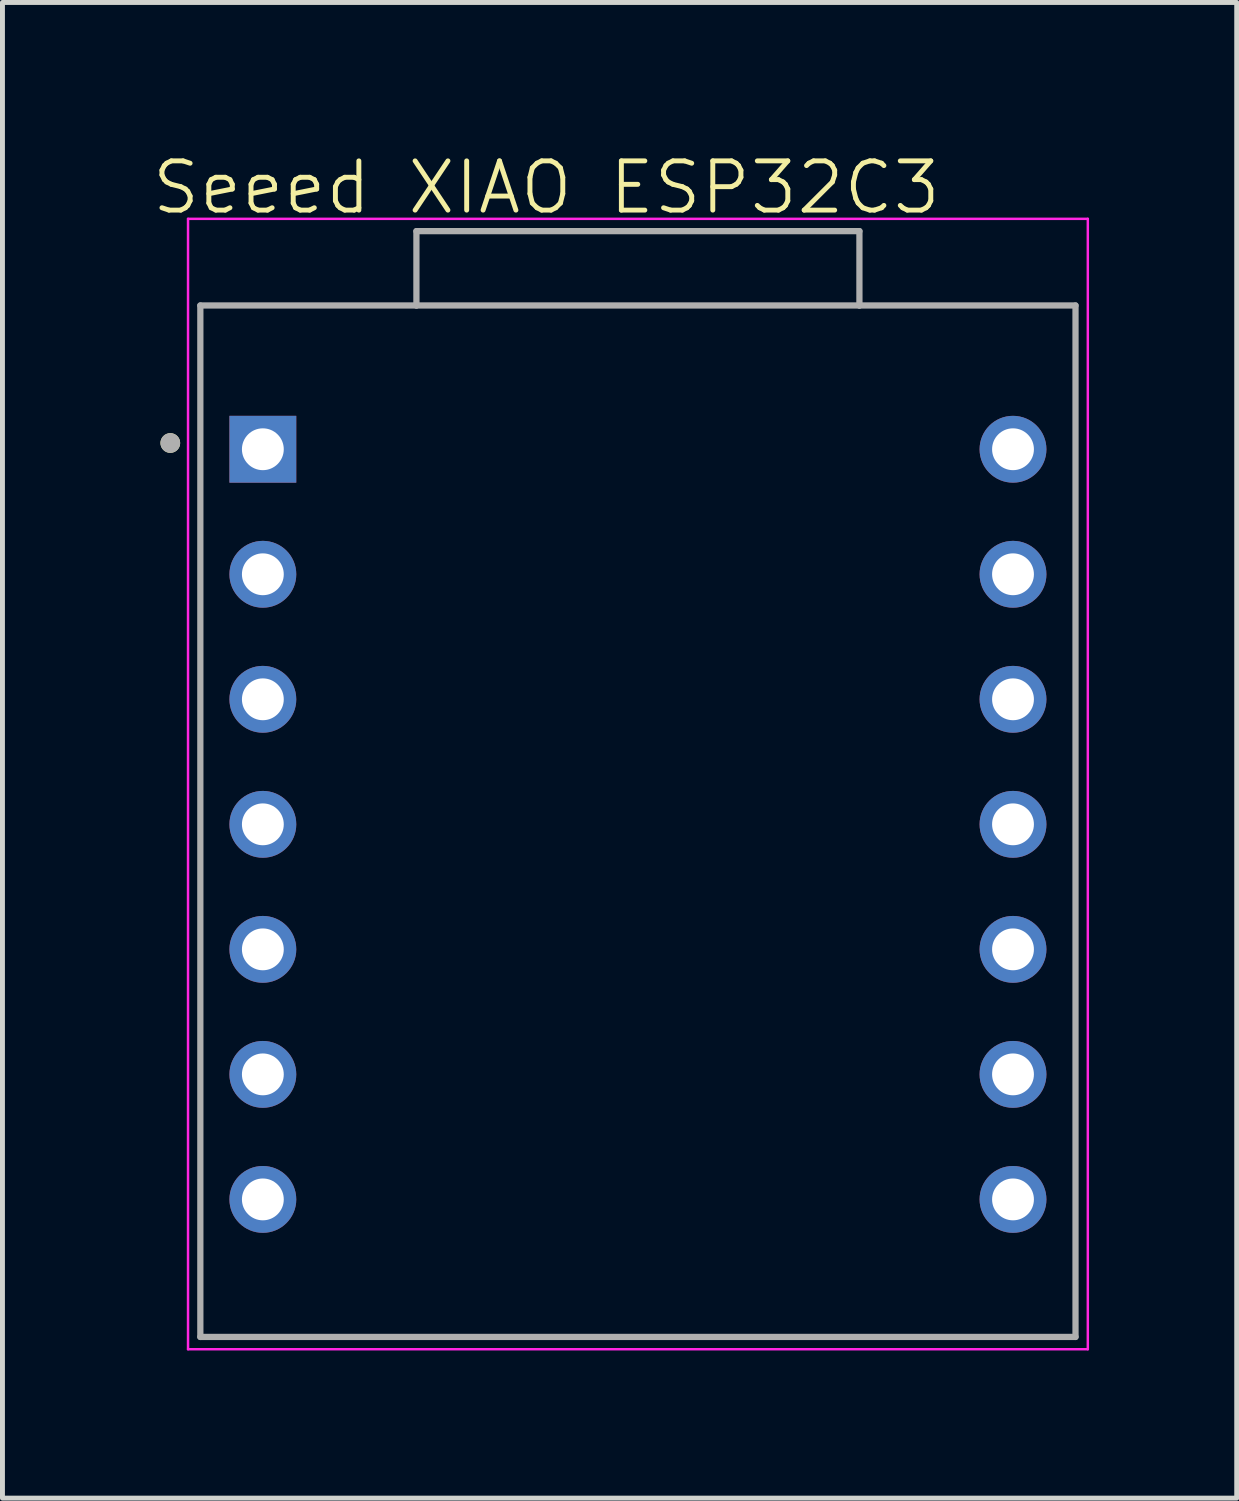
<source format=kicad_pcb>
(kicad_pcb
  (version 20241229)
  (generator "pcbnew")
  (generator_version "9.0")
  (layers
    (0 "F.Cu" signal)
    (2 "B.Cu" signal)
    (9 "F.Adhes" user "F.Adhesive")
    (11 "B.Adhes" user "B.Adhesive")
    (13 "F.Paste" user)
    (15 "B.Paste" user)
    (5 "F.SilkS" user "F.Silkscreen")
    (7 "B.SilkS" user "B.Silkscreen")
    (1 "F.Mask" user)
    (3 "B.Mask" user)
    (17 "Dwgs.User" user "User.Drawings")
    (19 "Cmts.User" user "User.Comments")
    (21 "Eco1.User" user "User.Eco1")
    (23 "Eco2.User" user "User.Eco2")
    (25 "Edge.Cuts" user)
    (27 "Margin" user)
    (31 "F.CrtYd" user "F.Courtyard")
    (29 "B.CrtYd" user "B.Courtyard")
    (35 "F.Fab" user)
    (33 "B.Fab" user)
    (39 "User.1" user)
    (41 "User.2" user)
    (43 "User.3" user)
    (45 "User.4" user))
  (footprint "Seeed XIAO ESP32C3"
    (layer "F.Cu")
    (at 10.05 13.761)
    (property "Reference" "Seeed XIAO ESP32C3" (at -2 -13 0) (unlocked yes) (layer "F.SilkS") (effects (font (size 1 1) (thickness 0.1))))
    (attr smd)
    (fp_circle (center -9.64 -7.811) (end -9.54 -7.811) (stroke (width 0.2) (type solid)) (fill no) (layer "F.SilkS"))
    (fp_line (start -9.28 -12.365) (end -9.28 10.6) (stroke (width 0.05) (type solid)) (layer "F.CrtYd"))
    (fp_line (start -9.28 10.6) (end 9 10.6) (stroke (width 0.05) (type solid)) (layer "F.CrtYd"))
    (fp_line (start 9 -12.365) (end -9.28 -12.365) (stroke (width 0.05) (type solid)) (layer "F.CrtYd"))
    (fp_line (start 9 10.6) (end 9 -12.365) (stroke (width 0.05) (type solid)) (layer "F.CrtYd"))
    (fp_line (start -9.03 -10.605) (end -4.64 -10.605) (stroke (width 0.127) (type solid)) (layer "F.Fab"))
    (fp_line (start -9.03 10.35) (end -9.03 -10.605) (stroke (width 0.127) (type solid)) (layer "F.Fab"))
    (fp_line (start -4.64 -12.115) (end 4.36 -12.115) (stroke (width 0.127) (type solid)) (layer "F.Fab"))
    (fp_line (start -4.64 -10.605) (end -4.64 -12.115) (stroke (width 0.127) (type solid)) (layer "F.Fab"))
    (fp_line (start -4.64 -10.605) (end 4.36 -10.605) (stroke (width 0.127) (type solid)) (layer "F.Fab"))
    (fp_line (start 4.36 -12.115) (end 4.36 -10.605) (stroke (width 0.127) (type solid)) (layer "F.Fab"))
    (fp_line (start 4.36 -10.605) (end 8.75 -10.605) (stroke (width 0.127) (type solid)) (layer "F.Fab"))
    (fp_line (start 8.75 -10.605) (end 8.75 10.35) (stroke (width 0.127) (type solid)) (layer "F.Fab"))
    (fp_line (start 8.75 10.35) (end -9.03 10.35) (stroke (width 0.127) (type solid)) (layer "F.Fab"))
    (fp_circle (center -9.64 -7.811) (end -9.54 -7.811) (stroke (width 0.2) (type solid)) (fill no) (layer "F.Fab"))
    (pad "1" thru_hole rect (at -7.76 -7.684) (size 1.358 1.358) (drill 0.85) (layers "*.Cu" "*.Mask"))
    (pad "2" thru_hole circle (at -7.76 -5.144) (size 1.358 1.358) (drill 0.85) (layers "*.Cu" "*.Mask"))
    (pad "3" thru_hole circle (at -7.76 -2.604) (size 1.358 1.358) (drill 0.85) (layers "*.Cu" "*.Mask"))
    (pad "4" thru_hole circle (at -7.76 -0.064) (size 1.358 1.358) (drill 0.85) (layers "*.Cu" "*.Mask"))
    (pad "5" thru_hole circle (at -7.76 2.476) (size 1.358 1.358) (drill 0.85) (layers "*.Cu" "*.Mask"))
    (pad "6" thru_hole circle (at -7.76 5.016) (size 1.358 1.358) (drill 0.85) (layers "*.Cu" "*.Mask"))
    (pad "7" thru_hole circle (at -7.76 7.556) (size 1.358 1.358) (drill 0.85) (layers "*.Cu" "*.Mask"))
    (pad "8" thru_hole circle (at 7.48 7.556) (size 1.358 1.358) (drill 0.85) (layers "*.Cu" "*.Mask"))
    (pad "9" thru_hole circle (at 7.48 5.016) (size 1.358 1.358) (drill 0.85) (layers "*.Cu" "*.Mask"))
    (pad "10" thru_hole circle (at 7.48 2.476) (size 1.358 1.358) (drill 0.85) (layers "*.Cu" "*.Mask"))
    (pad "11" thru_hole circle (at 7.48 -0.064) (size 1.358 1.358) (drill 0.85) (layers "*.Cu" "*.Mask"))
    (pad "12" thru_hole circle (at 7.48 -2.604) (size 1.358 1.358) (drill 0.85) (layers "*.Cu" "*.Mask"))
    (pad "13" thru_hole circle (at 7.48 -5.144) (size 1.358 1.358) (drill 0.85) (layers "*.Cu" "*.Mask"))
    (pad "14" thru_hole circle (at 7.48 -7.684) (size 1.358 1.358) (drill 0.85) (layers "*.Cu" "*.Mask")))
  (gr_rect
    (start -3 -3)
    (end 22.075 27.386)
    (stroke (width 0.1) (type default))
    (fill no)
    (layer "Edge.Cuts")))
</source>
